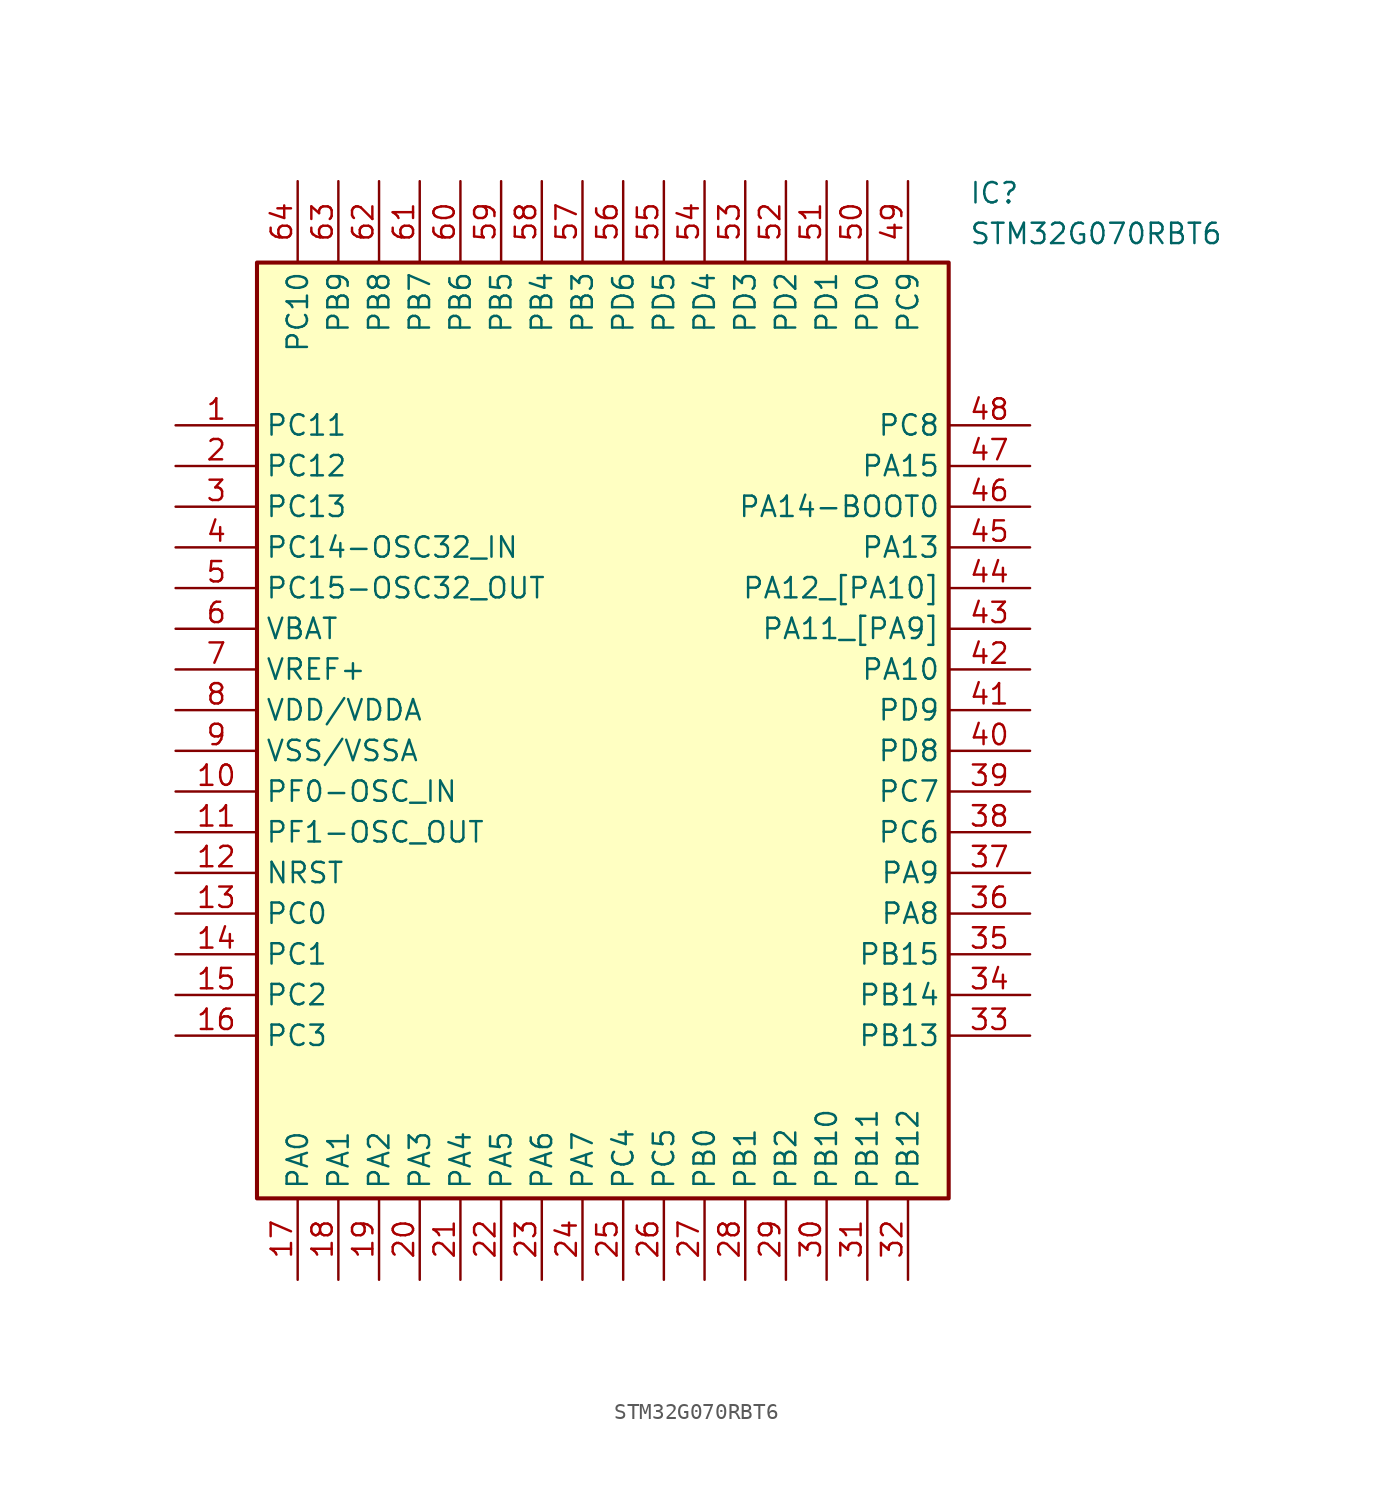
<source format=kicad_sym>
(kicad_symbol_lib
  (version 20211014)
  (generator SamacSys_ECAD_Model)
  (symbol "STM32G070RBT6"
    (property "Reference" "IC"
      (at 49.53 15.24 0)
      (effects (font (size 1.27 1.27)) (justify left top)))
    (property "Value" "STM32G070RBT6"
      (at 49.53 12.7 0)
      (effects (font (size 1.27 1.27)) (justify left top)))
    (rectangle
      (start 5.08 10.16)
      (end 48.26 -48.26)
      (stroke (width 0.254) (type default))
      (fill (type background)))
    (pin passive line
      (at 0 0 0)
      (length 5.08)
      (name "PC11" (effects (font (size 1.27 1.27))))
      (number "1" (effects (font (size 1.27 1.27)))))
    (pin passive line
      (at 0 -2.54 0)
      (length 5.08)
      (name "PC12" (effects (font (size 1.27 1.27))))
      (number "2" (effects (font (size 1.27 1.27)))))
    (pin passive line
      (at 0 -5.08 0)
      (length 5.08)
      (name "PC13" (effects (font (size 1.27 1.27))))
      (number "3" (effects (font (size 1.27 1.27)))))
    (pin passive line
      (at 0 -7.62 0)
      (length 5.08)
      (name "PC14-OSC32_IN" (effects (font (size 1.27 1.27))))
      (number "4" (effects (font (size 1.27 1.27)))))
    (pin passive line
      (at 0 -10.16 0)
      (length 5.08)
      (name "PC15-OSC32_OUT" (effects (font (size 1.27 1.27))))
      (number "5" (effects (font (size 1.27 1.27)))))
    (pin passive line
      (at 0 -12.7 0)
      (length 5.08)
      (name "VBAT" (effects (font (size 1.27 1.27))))
      (number "6" (effects (font (size 1.27 1.27)))))
    (pin passive line
      (at 0 -15.24 0)
      (length 5.08)
      (name "VREF+" (effects (font (size 1.27 1.27))))
      (number "7" (effects (font (size 1.27 1.27)))))
    (pin passive line
      (at 0 -17.78 0)
      (length 5.08)
      (name "VDD/VDDA" (effects (font (size 1.27 1.27))))
      (number "8" (effects (font (size 1.27 1.27)))))
    (pin passive line
      (at 0 -20.32 0)
      (length 5.08)
      (name "VSS/VSSA" (effects (font (size 1.27 1.27))))
      (number "9" (effects (font (size 1.27 1.27)))))
    (pin passive line
      (at 0 -22.86 0)
      (length 5.08)
      (name "PF0-OSC_IN" (effects (font (size 1.27 1.27))))
      (number "10" (effects (font (size 1.27 1.27)))))
    (pin passive line
      (at 0 -25.4 0)
      (length 5.08)
      (name "PF1-OSC_OUT" (effects (font (size 1.27 1.27))))
      (number "11" (effects (font (size 1.27 1.27)))))
    (pin passive line
      (at 0 -27.94 0)
      (length 5.08)
      (name "NRST" (effects (font (size 1.27 1.27))))
      (number "12" (effects (font (size 1.27 1.27)))))
    (pin passive line
      (at 0 -30.48 0)
      (length 5.08)
      (name "PC0" (effects (font (size 1.27 1.27))))
      (number "13" (effects (font (size 1.27 1.27)))))
    (pin passive line
      (at 0 -33.02 0)
      (length 5.08)
      (name "PC1" (effects (font (size 1.27 1.27))))
      (number "14" (effects (font (size 1.27 1.27)))))
    (pin passive line
      (at 0 -35.56 0)
      (length 5.08)
      (name "PC2" (effects (font (size 1.27 1.27))))
      (number "15" (effects (font (size 1.27 1.27)))))
    (pin passive line
      (at 0 -38.1 0)
      (length 5.08)
      (name "PC3" (effects (font (size 1.27 1.27))))
      (number "16" (effects (font (size 1.27 1.27)))))
    (pin passive line
      (at 7.62 -53.34 90)
      (length 5.08)
      (name "PA0" (effects (font (size 1.27 1.27))))
      (number "17" (effects (font (size 1.27 1.27)))))
    (pin passive line
      (at 10.16 -53.34 90)
      (length 5.08)
      (name "PA1" (effects (font (size 1.27 1.27))))
      (number "18" (effects (font (size 1.27 1.27)))))
    (pin passive line
      (at 12.7 -53.34 90)
      (length 5.08)
      (name "PA2" (effects (font (size 1.27 1.27))))
      (number "19" (effects (font (size 1.27 1.27)))))
    (pin passive line
      (at 15.24 -53.34 90)
      (length 5.08)
      (name "PA3" (effects (font (size 1.27 1.27))))
      (number "20" (effects (font (size 1.27 1.27)))))
    (pin passive line
      (at 17.78 -53.34 90)
      (length 5.08)
      (name "PA4" (effects (font (size 1.27 1.27))))
      (number "21" (effects (font (size 1.27 1.27)))))
    (pin passive line
      (at 20.32 -53.34 90)
      (length 5.08)
      (name "PA5" (effects (font (size 1.27 1.27))))
      (number "22" (effects (font (size 1.27 1.27)))))
    (pin passive line
      (at 22.86 -53.34 90)
      (length 5.08)
      (name "PA6" (effects (font (size 1.27 1.27))))
      (number "23" (effects (font (size 1.27 1.27)))))
    (pin passive line
      (at 25.4 -53.34 90)
      (length 5.08)
      (name "PA7" (effects (font (size 1.27 1.27))))
      (number "24" (effects (font (size 1.27 1.27)))))
    (pin passive line
      (at 27.94 -53.34 90)
      (length 5.08)
      (name "PC4" (effects (font (size 1.27 1.27))))
      (number "25" (effects (font (size 1.27 1.27)))))
    (pin passive line
      (at 30.48 -53.34 90)
      (length 5.08)
      (name "PC5" (effects (font (size 1.27 1.27))))
      (number "26" (effects (font (size 1.27 1.27)))))
    (pin passive line
      (at 33.02 -53.34 90)
      (length 5.08)
      (name "PB0" (effects (font (size 1.27 1.27))))
      (number "27" (effects (font (size 1.27 1.27)))))
    (pin passive line
      (at 35.56 -53.34 90)
      (length 5.08)
      (name "PB1" (effects (font (size 1.27 1.27))))
      (number "28" (effects (font (size 1.27 1.27)))))
    (pin passive line
      (at 38.1 -53.34 90)
      (length 5.08)
      (name "PB2" (effects (font (size 1.27 1.27))))
      (number "29" (effects (font (size 1.27 1.27)))))
    (pin passive line
      (at 40.64 -53.34 90)
      (length 5.08)
      (name "PB10" (effects (font (size 1.27 1.27))))
      (number "30" (effects (font (size 1.27 1.27)))))
    (pin passive line
      (at 43.18 -53.34 90)
      (length 5.08)
      (name "PB11" (effects (font (size 1.27 1.27))))
      (number "31" (effects (font (size 1.27 1.27)))))
    (pin passive line
      (at 45.72 -53.34 90)
      (length 5.08)
      (name "PB12" (effects (font (size 1.27 1.27))))
      (number "32" (effects (font (size 1.27 1.27)))))
    (pin passive line
      (at 53.34 0 180)
      (length 5.08)
      (name "PC8" (effects (font (size 1.27 1.27))))
      (number "48" (effects (font (size 1.27 1.27)))))
    (pin passive line
      (at 53.34 -2.54 180)
      (length 5.08)
      (name "PA15" (effects (font (size 1.27 1.27))))
      (number "47" (effects (font (size 1.27 1.27)))))
    (pin passive line
      (at 53.34 -5.08 180)
      (length 5.08)
      (name "PA14-BOOT0" (effects (font (size 1.27 1.27))))
      (number "46" (effects (font (size 1.27 1.27)))))
    (pin passive line
      (at 53.34 -7.62 180)
      (length 5.08)
      (name "PA13" (effects (font (size 1.27 1.27))))
      (number "45" (effects (font (size 1.27 1.27)))))
    (pin passive line
      (at 53.34 -10.16 180)
      (length 5.08)
      (name "PA12_[PA10]" (effects (font (size 1.27 1.27))))
      (number "44" (effects (font (size 1.27 1.27)))))
    (pin passive line
      (at 53.34 -12.7 180)
      (length 5.08)
      (name "PA11_[PA9]" (effects (font (size 1.27 1.27))))
      (number "43" (effects (font (size 1.27 1.27)))))
    (pin passive line
      (at 53.34 -15.24 180)
      (length 5.08)
      (name "PA10" (effects (font (size 1.27 1.27))))
      (number "42" (effects (font (size 1.27 1.27)))))
    (pin passive line
      (at 53.34 -17.78 180)
      (length 5.08)
      (name "PD9" (effects (font (size 1.27 1.27))))
      (number "41" (effects (font (size 1.27 1.27)))))
    (pin passive line
      (at 53.34 -20.32 180)
      (length 5.08)
      (name "PD8" (effects (font (size 1.27 1.27))))
      (number "40" (effects (font (size 1.27 1.27)))))
    (pin passive line
      (at 53.34 -22.86 180)
      (length 5.08)
      (name "PC7" (effects (font (size 1.27 1.27))))
      (number "39" (effects (font (size 1.27 1.27)))))
    (pin passive line
      (at 53.34 -25.4 180)
      (length 5.08)
      (name "PC6" (effects (font (size 1.27 1.27))))
      (number "38" (effects (font (size 1.27 1.27)))))
    (pin passive line
      (at 53.34 -27.94 180)
      (length 5.08)
      (name "PA9" (effects (font (size 1.27 1.27))))
      (number "37" (effects (font (size 1.27 1.27)))))
    (pin passive line
      (at 53.34 -30.48 180)
      (length 5.08)
      (name "PA8" (effects (font (size 1.27 1.27))))
      (number "36" (effects (font (size 1.27 1.27)))))
    (pin passive line
      (at 53.34 -33.02 180)
      (length 5.08)
      (name "PB15" (effects (font (size 1.27 1.27))))
      (number "35" (effects (font (size 1.27 1.27)))))
    (pin passive line
      (at 53.34 -35.56 180)
      (length 5.08)
      (name "PB14" (effects (font (size 1.27 1.27))))
      (number "34" (effects (font (size 1.27 1.27)))))
    (pin passive line
      (at 53.34 -38.1 180)
      (length 5.08)
      (name "PB13" (effects (font (size 1.27 1.27))))
      (number "33" (effects (font (size 1.27 1.27)))))
    (pin passive line
      (at 7.62 15.24 270)
      (length 5.08)
      (name "PC10" (effects (font (size 1.27 1.27))))
      (number "64" (effects (font (size 1.27 1.27)))))
    (pin passive line
      (at 10.16 15.24 270)
      (length 5.08)
      (name "PB9" (effects (font (size 1.27 1.27))))
      (number "63" (effects (font (size 1.27 1.27)))))
    (pin passive line
      (at 12.7 15.24 270)
      (length 5.08)
      (name "PB8" (effects (font (size 1.27 1.27))))
      (number "62" (effects (font (size 1.27 1.27)))))
    (pin passive line
      (at 15.24 15.24 270)
      (length 5.08)
      (name "PB7" (effects (font (size 1.27 1.27))))
      (number "61" (effects (font (size 1.27 1.27)))))
    (pin passive line
      (at 17.78 15.24 270)
      (length 5.08)
      (name "PB6" (effects (font (size 1.27 1.27))))
      (number "60" (effects (font (size 1.27 1.27)))))
    (pin passive line
      (at 20.32 15.24 270)
      (length 5.08)
      (name "PB5" (effects (font (size 1.27 1.27))))
      (number "59" (effects (font (size 1.27 1.27)))))
    (pin passive line
      (at 22.86 15.24 270)
      (length 5.08)
      (name "PB4" (effects (font (size 1.27 1.27))))
      (number "58" (effects (font (size 1.27 1.27)))))
    (pin passive line
      (at 25.4 15.24 270)
      (length 5.08)
      (name "PB3" (effects (font (size 1.27 1.27))))
      (number "57" (effects (font (size 1.27 1.27)))))
    (pin passive line
      (at 27.94 15.24 270)
      (length 5.08)
      (name "PD6" (effects (font (size 1.27 1.27))))
      (number "56" (effects (font (size 1.27 1.27)))))
    (pin passive line
      (at 30.48 15.24 270)
      (length 5.08)
      (name "PD5" (effects (font (size 1.27 1.27))))
      (number "55" (effects (font (size 1.27 1.27)))))
    (pin passive line
      (at 33.02 15.24 270)
      (length 5.08)
      (name "PD4" (effects (font (size 1.27 1.27))))
      (number "54" (effects (font (size 1.27 1.27)))))
    (pin passive line
      (at 35.56 15.24 270)
      (length 5.08)
      (name "PD3" (effects (font (size 1.27 1.27))))
      (number "53" (effects (font (size 1.27 1.27)))))
    (pin passive line
      (at 38.1 15.24 270)
      (length 5.08)
      (name "PD2" (effects (font (size 1.27 1.27))))
      (number "52" (effects (font (size 1.27 1.27)))))
    (pin passive line
      (at 40.64 15.24 270)
      (length 5.08)
      (name "PD1" (effects (font (size 1.27 1.27))))
      (number "51" (effects (font (size 1.27 1.27)))))
    (pin passive line
      (at 43.18 15.24 270)
      (length 5.08)
      (name "PD0" (effects (font (size 1.27 1.27))))
      (number "50" (effects (font (size 1.27 1.27)))))
    (pin passive line
      (at 45.72 15.24 270)
      (length 5.08)
      (name "PC9" (effects (font (size 1.27 1.27))))
      (number "49" (effects (font (size 1.27 1.27)))))))
</source>
